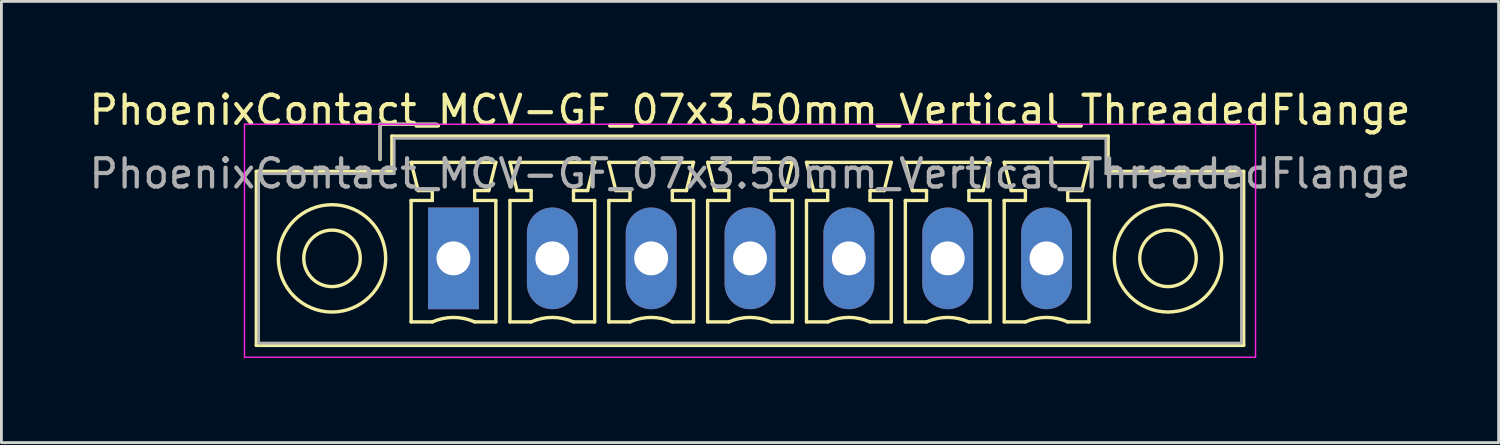
<source format=kicad_pcb>
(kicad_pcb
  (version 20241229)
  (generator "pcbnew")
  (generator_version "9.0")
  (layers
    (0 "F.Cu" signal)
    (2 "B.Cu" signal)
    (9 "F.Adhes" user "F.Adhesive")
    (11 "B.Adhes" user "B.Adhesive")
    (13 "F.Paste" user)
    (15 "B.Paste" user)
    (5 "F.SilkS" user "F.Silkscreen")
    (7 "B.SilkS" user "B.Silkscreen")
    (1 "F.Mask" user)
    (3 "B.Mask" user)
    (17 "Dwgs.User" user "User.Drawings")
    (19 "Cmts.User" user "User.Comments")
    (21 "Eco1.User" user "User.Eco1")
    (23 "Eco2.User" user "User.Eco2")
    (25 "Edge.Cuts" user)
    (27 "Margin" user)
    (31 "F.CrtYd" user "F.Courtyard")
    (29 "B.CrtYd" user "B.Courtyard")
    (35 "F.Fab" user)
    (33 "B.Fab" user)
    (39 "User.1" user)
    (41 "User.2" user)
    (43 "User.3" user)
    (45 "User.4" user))
  (footprint "PhoenixContact_MCV-GF_07x3.50mm_Vertical_ThreadedFlange"
    (layer "F.Cu")
    (at 13.006 6.098)
    (property "Reference" "PhoenixContact_MCV-GF_07x3.50mm_Vertical_ThreadedFlange" (at 10.5 -5.25 0) (layer "F.SilkS") (effects (font (size 1 1) (thickness 0.15))))
    (attr through_hole)
    (fp_line (start -6.98 -3.08) (end -6.98 3.08) (stroke (width 0.12) (type solid)) (layer "F.SilkS"))
    (fp_line (start -6.98 3.08) (end 27.98 3.08) (stroke (width 0.12) (type solid)) (layer "F.SilkS"))
    (fp_line (start -2.6 -4.75) (end -0.6 -4.75) (stroke (width 0.12) (type solid)) (layer "F.SilkS"))
    (fp_line (start -2.6 -3.5) (end -2.6 -4.75) (stroke (width 0.12) (type solid)) (layer "F.SilkS"))
    (fp_line (start -2.18 -4.33) (end -2.18 -3.08) (stroke (width 0.12) (type solid)) (layer "F.SilkS"))
    (fp_line (start -2.18 -3.08) (end -6.98 -3.08) (stroke (width 0.12) (type solid)) (layer "F.SilkS"))
    (fp_line (start -1.5 -3.4) (end 1.5 -3.4) (stroke (width 0.12) (type solid)) (layer "F.SilkS"))
    (fp_line (start -1.5 -2.05) (end -0.75 -2.05) (stroke (width 0.12) (type solid)) (layer "F.SilkS"))
    (fp_line (start -1.5 2.25) (end -1.5 -2.05) (stroke (width 0.12) (type solid)) (layer "F.SilkS"))
    (fp_line (start -1.25 -2.4) (end -1.5 -3.4) (stroke (width 0.12) (type solid)) (layer "F.SilkS"))
    (fp_line (start -0.75 -2.4) (end -1.25 -2.4) (stroke (width 0.12) (type solid)) (layer "F.SilkS"))
    (fp_line (start -0.75 -2.05) (end -0.75 -2.4) (stroke (width 0.12) (type solid)) (layer "F.SilkS"))
    (fp_line (start -0.75 2.25) (end -1.5 2.25) (stroke (width 0.12) (type solid)) (layer "F.SilkS"))
    (fp_line (start 0.75 -2.4) (end 0.75 -2.05) (stroke (width 0.12) (type solid)) (layer "F.SilkS"))
    (fp_line (start 0.75 -2.05) (end 1.5 -2.05) (stroke (width 0.12) (type solid)) (layer "F.SilkS"))
    (fp_line (start 1.25 -2.4) (end 0.75 -2.4) (stroke (width 0.12) (type solid)) (layer "F.SilkS"))
    (fp_line (start 1.5 -3.4) (end 1.25 -2.4) (stroke (width 0.12) (type solid)) (layer "F.SilkS"))
    (fp_line (start 1.5 -2.05) (end 1.5 2.25) (stroke (width 0.12) (type solid)) (layer "F.SilkS"))
    (fp_line (start 1.5 2.25) (end 0.75 2.25) (stroke (width 0.12) (type solid)) (layer "F.SilkS"))
    (fp_line (start 2 -3.4) (end 5 -3.4) (stroke (width 0.12) (type solid)) (layer "F.SilkS"))
    (fp_line (start 2 -2.05) (end 2.75 -2.05) (stroke (width 0.12) (type solid)) (layer "F.SilkS"))
    (fp_line (start 2 2.25) (end 2 -2.05) (stroke (width 0.12) (type solid)) (layer "F.SilkS"))
    (fp_line (start 2.25 -2.4) (end 2 -3.4) (stroke (width 0.12) (type solid)) (layer "F.SilkS"))
    (fp_line (start 2.75 -2.4) (end 2.25 -2.4) (stroke (width 0.12) (type solid)) (layer "F.SilkS"))
    (fp_line (start 2.75 -2.05) (end 2.75 -2.4) (stroke (width 0.12) (type solid)) (layer "F.SilkS"))
    (fp_line (start 2.75 2.25) (end 2 2.25) (stroke (width 0.12) (type solid)) (layer "F.SilkS"))
    (fp_line (start 4.25 -2.4) (end 4.25 -2.05) (stroke (width 0.12) (type solid)) (layer "F.SilkS"))
    (fp_line (start 4.25 -2.05) (end 5 -2.05) (stroke (width 0.12) (type solid)) (layer "F.SilkS"))
    (fp_line (start 4.75 -2.4) (end 4.25 -2.4) (stroke (width 0.12) (type solid)) (layer "F.SilkS"))
    (fp_line (start 5 -3.4) (end 4.75 -2.4) (stroke (width 0.12) (type solid)) (layer "F.SilkS"))
    (fp_line (start 5 -2.05) (end 5 2.25) (stroke (width 0.12) (type solid)) (layer "F.SilkS"))
    (fp_line (start 5 2.25) (end 4.25 2.25) (stroke (width 0.12) (type solid)) (layer "F.SilkS"))
    (fp_line (start 5.5 -3.4) (end 8.5 -3.4) (stroke (width 0.12) (type solid)) (layer "F.SilkS"))
    (fp_line (start 5.5 -2.05) (end 6.25 -2.05) (stroke (width 0.12) (type solid)) (layer "F.SilkS"))
    (fp_line (start 5.5 2.25) (end 5.5 -2.05) (stroke (width 0.12) (type solid)) (layer "F.SilkS"))
    (fp_line (start 5.75 -2.4) (end 5.5 -3.4) (stroke (width 0.12) (type solid)) (layer "F.SilkS"))
    (fp_line (start 6.25 -2.4) (end 5.75 -2.4) (stroke (width 0.12) (type solid)) (layer "F.SilkS"))
    (fp_line (start 6.25 -2.05) (end 6.25 -2.4) (stroke (width 0.12) (type solid)) (layer "F.SilkS"))
    (fp_line (start 6.25 2.25) (end 5.5 2.25) (stroke (width 0.12) (type solid)) (layer "F.SilkS"))
    (fp_line (start 7.75 -2.4) (end 7.75 -2.05) (stroke (width 0.12) (type solid)) (layer "F.SilkS"))
    (fp_line (start 7.75 -2.05) (end 8.5 -2.05) (stroke (width 0.12) (type solid)) (layer "F.SilkS"))
    (fp_line (start 8.25 -2.4) (end 7.75 -2.4) (stroke (width 0.12) (type solid)) (layer "F.SilkS"))
    (fp_line (start 8.5 -3.4) (end 8.25 -2.4) (stroke (width 0.12) (type solid)) (layer "F.SilkS"))
    (fp_line (start 8.5 -2.05) (end 8.5 2.25) (stroke (width 0.12) (type solid)) (layer "F.SilkS"))
    (fp_line (start 8.5 2.25) (end 7.75 2.25) (stroke (width 0.12) (type solid)) (layer "F.SilkS"))
    (fp_line (start 9 -3.4) (end 12 -3.4) (stroke (width 0.12) (type solid)) (layer "F.SilkS"))
    (fp_line (start 9 -2.05) (end 9.75 -2.05) (stroke (width 0.12) (type solid)) (layer "F.SilkS"))
    (fp_line (start 9 2.25) (end 9 -2.05) (stroke (width 0.12) (type solid)) (layer "F.SilkS"))
    (fp_line (start 9.25 -2.4) (end 9 -3.4) (stroke (width 0.12) (type solid)) (layer "F.SilkS"))
    (fp_line (start 9.75 -2.4) (end 9.25 -2.4) (stroke (width 0.12) (type solid)) (layer "F.SilkS"))
    (fp_line (start 9.75 -2.05) (end 9.75 -2.4) (stroke (width 0.12) (type solid)) (layer "F.SilkS"))
    (fp_line (start 9.75 2.25) (end 9 2.25) (stroke (width 0.12) (type solid)) (layer "F.SilkS"))
    (fp_line (start 11.25 -2.4) (end 11.25 -2.05) (stroke (width 0.12) (type solid)) (layer "F.SilkS"))
    (fp_line (start 11.25 -2.05) (end 12 -2.05) (stroke (width 0.12) (type solid)) (layer "F.SilkS"))
    (fp_line (start 11.75 -2.4) (end 11.25 -2.4) (stroke (width 0.12) (type solid)) (layer "F.SilkS"))
    (fp_line (start 12 -3.4) (end 11.75 -2.4) (stroke (width 0.12) (type solid)) (layer "F.SilkS"))
    (fp_line (start 12 -2.05) (end 12 2.25) (stroke (width 0.12) (type solid)) (layer "F.SilkS"))
    (fp_line (start 12 2.25) (end 11.25 2.25) (stroke (width 0.12) (type solid)) (layer "F.SilkS"))
    (fp_line (start 12.5 -3.4) (end 15.5 -3.4) (stroke (width 0.12) (type solid)) (layer "F.SilkS"))
    (fp_line (start 12.5 -2.05) (end 13.25 -2.05) (stroke (width 0.12) (type solid)) (layer "F.SilkS"))
    (fp_line (start 12.5 2.25) (end 12.5 -2.05) (stroke (width 0.12) (type solid)) (layer "F.SilkS"))
    (fp_line (start 12.75 -2.4) (end 12.5 -3.4) (stroke (width 0.12) (type solid)) (layer "F.SilkS"))
    (fp_line (start 13.25 -2.4) (end 12.75 -2.4) (stroke (width 0.12) (type solid)) (layer "F.SilkS"))
    (fp_line (start 13.25 -2.05) (end 13.25 -2.4) (stroke (width 0.12) (type solid)) (layer "F.SilkS"))
    (fp_line (start 13.25 2.25) (end 12.5 2.25) (stroke (width 0.12) (type solid)) (layer "F.SilkS"))
    (fp_line (start 14.75 -2.4) (end 14.75 -2.05) (stroke (width 0.12) (type solid)) (layer "F.SilkS"))
    (fp_line (start 14.75 -2.05) (end 15.5 -2.05) (stroke (width 0.12) (type solid)) (layer "F.SilkS"))
    (fp_line (start 15.25 -2.4) (end 14.75 -2.4) (stroke (width 0.12) (type solid)) (layer "F.SilkS"))
    (fp_line (start 15.5 -3.4) (end 15.25 -2.4) (stroke (width 0.12) (type solid)) (layer "F.SilkS"))
    (fp_line (start 15.5 -2.05) (end 15.5 2.25) (stroke (width 0.12) (type solid)) (layer "F.SilkS"))
    (fp_line (start 15.5 2.25) (end 14.75 2.25) (stroke (width 0.12) (type solid)) (layer "F.SilkS"))
    (fp_line (start 16 -3.4) (end 19 -3.4) (stroke (width 0.12) (type solid)) (layer "F.SilkS"))
    (fp_line (start 16 -2.05) (end 16.75 -2.05) (stroke (width 0.12) (type solid)) (layer "F.SilkS"))
    (fp_line (start 16 2.25) (end 16 -2.05) (stroke (width 0.12) (type solid)) (layer "F.SilkS"))
    (fp_line (start 16.25 -2.4) (end 16 -3.4) (stroke (width 0.12) (type solid)) (layer "F.SilkS"))
    (fp_line (start 16.75 -2.4) (end 16.25 -2.4) (stroke (width 0.12) (type solid)) (layer "F.SilkS"))
    (fp_line (start 16.75 -2.05) (end 16.75 -2.4) (stroke (width 0.12) (type solid)) (layer "F.SilkS"))
    (fp_line (start 16.75 2.25) (end 16 2.25) (stroke (width 0.12) (type solid)) (layer "F.SilkS"))
    (fp_line (start 18.25 -2.4) (end 18.25 -2.05) (stroke (width 0.12) (type solid)) (layer "F.SilkS"))
    (fp_line (start 18.25 -2.05) (end 19 -2.05) (stroke (width 0.12) (type solid)) (layer "F.SilkS"))
    (fp_line (start 18.75 -2.4) (end 18.25 -2.4) (stroke (width 0.12) (type solid)) (layer "F.SilkS"))
    (fp_line (start 19 -3.4) (end 18.75 -2.4) (stroke (width 0.12) (type solid)) (layer "F.SilkS"))
    (fp_line (start 19 -2.05) (end 19 2.25) (stroke (width 0.12) (type solid)) (layer "F.SilkS"))
    (fp_line (start 19 2.25) (end 18.25 2.25) (stroke (width 0.12) (type solid)) (layer "F.SilkS"))
    (fp_line (start 19.5 -3.4) (end 22.5 -3.4) (stroke (width 0.12) (type solid)) (layer "F.SilkS"))
    (fp_line (start 19.5 -2.05) (end 20.25 -2.05) (stroke (width 0.12) (type solid)) (layer "F.SilkS"))
    (fp_line (start 19.5 2.25) (end 19.5 -2.05) (stroke (width 0.12) (type solid)) (layer "F.SilkS"))
    (fp_line (start 19.75 -2.4) (end 19.5 -3.4) (stroke (width 0.12) (type solid)) (layer "F.SilkS"))
    (fp_line (start 20.25 -2.4) (end 19.75 -2.4) (stroke (width 0.12) (type solid)) (layer "F.SilkS"))
    (fp_line (start 20.25 -2.05) (end 20.25 -2.4) (stroke (width 0.12) (type solid)) (layer "F.SilkS"))
    (fp_line (start 20.25 2.25) (end 19.5 2.25) (stroke (width 0.12) (type solid)) (layer "F.SilkS"))
    (fp_line (start 21.75 -2.4) (end 21.75 -2.05) (stroke (width 0.12) (type solid)) (layer "F.SilkS"))
    (fp_line (start 21.75 -2.05) (end 22.5 -2.05) (stroke (width 0.12) (type solid)) (layer "F.SilkS"))
    (fp_line (start 22.25 -2.4) (end 21.75 -2.4) (stroke (width 0.12) (type solid)) (layer "F.SilkS"))
    (fp_line (start 22.5 -3.4) (end 22.25 -2.4) (stroke (width 0.12) (type solid)) (layer "F.SilkS"))
    (fp_line (start 22.5 -2.05) (end 22.5 2.25) (stroke (width 0.12) (type solid)) (layer "F.SilkS"))
    (fp_line (start 22.5 2.25) (end 21.75 2.25) (stroke (width 0.12) (type solid)) (layer "F.SilkS"))
    (fp_line (start 23.18 -4.33) (end -2.18 -4.33) (stroke (width 0.12) (type solid)) (layer "F.SilkS"))
    (fp_line (start 23.18 -3.08) (end 23.18 -4.33) (stroke (width 0.12) (type solid)) (layer "F.SilkS"))
    (fp_line (start 27.98 -3.08) (end 23.18 -3.08) (stroke (width 0.12) (type solid)) (layer "F.SilkS"))
    (fp_line (start 27.98 3.08) (end 27.98 -3.08) (stroke (width 0.12) (type solid)) (layer "F.SilkS"))
    (fp_arc (start -0.75 2.25) (mid -0.000193 2.09191) (end 0.749647 2.249844) (stroke (width 0.12) (type solid)) (layer "F.SilkS"))
    (fp_arc (start 2.75 2.25) (mid 3.499807 2.09191) (end 4.249647 2.249844) (stroke (width 0.12) (type solid)) (layer "F.SilkS"))
    (fp_arc (start 6.25 2.25) (mid 6.999807 2.09191) (end 7.749647 2.249844) (stroke (width 0.12) (type solid)) (layer "F.SilkS"))
    (fp_arc (start 9.75 2.25) (mid 10.499807 2.09191) (end 11.249647 2.249844) (stroke (width 0.12) (type solid)) (layer "F.SilkS"))
    (fp_arc (start 13.25 2.25) (mid 13.999807 2.09191) (end 14.749647 2.249844) (stroke (width 0.12) (type solid)) (layer "F.SilkS"))
    (fp_arc (start 16.75 2.25) (mid 17.499807 2.09191) (end 18.249647 2.249844) (stroke (width 0.12) (type solid)) (layer "F.SilkS"))
    (fp_arc (start 20.25 2.25) (mid 20.999807 2.09191) (end 21.749647 2.249844) (stroke (width 0.12) (type solid)) (layer "F.SilkS"))
    (fp_circle (center -4.3 0) (end -3.3 0) (stroke (width 0.12) (type solid)) (fill no) (layer "F.SilkS"))
    (fp_circle (center -4.3 0) (end -2.4 0) (stroke (width 0.12) (type solid)) (fill no) (layer "F.SilkS"))
    (fp_circle (center 25.3 0) (end 26.3 0) (stroke (width 0.12) (type solid)) (fill no) (layer "F.SilkS"))
    (fp_circle (center 25.3 0) (end 27.2 0) (stroke (width 0.12) (type solid)) (fill no) (layer "F.SilkS"))
    (fp_line (start -7.4 -4.75) (end -7.4 3.5) (stroke (width 0.05) (type solid)) (layer "F.CrtYd"))
    (fp_line (start -7.4 3.5) (end 28.4 3.5) (stroke (width 0.05) (type solid)) (layer "F.CrtYd"))
    (fp_line (start 28.4 -4.75) (end -7.4 -4.75) (stroke (width 0.05) (type solid)) (layer "F.CrtYd"))
    (fp_line (start 28.4 3.5) (end 28.4 -4.75) (stroke (width 0.05) (type solid)) (layer "F.CrtYd"))
    (fp_line (start -6.9 -3) (end -6.9 3) (stroke (width 0.1) (type solid)) (layer "F.Fab"))
    (fp_line (start -6.9 3) (end 27.9 3) (stroke (width 0.1) (type solid)) (layer "F.Fab"))
    (fp_line (start -2.6 -4.75) (end -0.6 -4.75) (stroke (width 0.1) (type solid)) (layer "F.Fab"))
    (fp_line (start -2.6 -3.5) (end -2.6 -4.75) (stroke (width 0.1) (type solid)) (layer "F.Fab"))
    (fp_line (start -2.1 -4.25) (end -2.1 -3) (stroke (width 0.1) (type solid)) (layer "F.Fab"))
    (fp_line (start -2.1 -3) (end -6.9 -3) (stroke (width 0.1) (type solid)) (layer "F.Fab"))
    (fp_line (start 23.1 -4.25) (end -2.1 -4.25) (stroke (width 0.1) (type solid)) (layer "F.Fab"))
    (fp_line (start 23.1 -3) (end 23.1 -4.25) (stroke (width 0.1) (type solid)) (layer "F.Fab"))
    (fp_line (start 27.9 -3) (end 23.1 -3) (stroke (width 0.1) (type solid)) (layer "F.Fab"))
    (fp_line (start 27.9 3) (end 27.9 -3) (stroke (width 0.1) (type solid)) (layer "F.Fab"))
    (fp_text user "${REFERENCE}" (at 10.5 -3 0) (layer "F.Fab") (effects (font (size 1 1) (thickness 0.15))))
    (pad "1" thru_hole rect (at 0 0) (size 1.8 3.6) (drill 1.2) (layers "*.Cu" "*.Mask"))
    (pad "2" thru_hole oval (at 3.5 0) (size 1.8 3.6) (drill 1.2) (layers "*.Cu" "*.Mask"))
    (pad "3" thru_hole oval (at 7 0) (size 1.8 3.6) (drill 1.2) (layers "*.Cu" "*.Mask"))
    (pad "4" thru_hole oval (at 10.5 0) (size 1.8 3.6) (drill 1.2) (layers "*.Cu" "*.Mask"))
    (pad "5" thru_hole oval (at 14 0) (size 1.8 3.6) (drill 1.2) (layers "*.Cu" "*.Mask"))
    (pad "6" thru_hole oval (at 17.5 0) (size 1.8 3.6) (drill 1.2) (layers "*.Cu" "*.Mask"))
    (pad "7" thru_hole oval (at 21 0) (size 1.8 3.6) (drill 1.2) (layers "*.Cu" "*.Mask")))
  (gr_rect
    (start -3 -3)
    (end 50.012 12.623)
    (stroke (width 0.1) (type default))
    (fill no)
    (layer "Edge.Cuts")))
</source>
